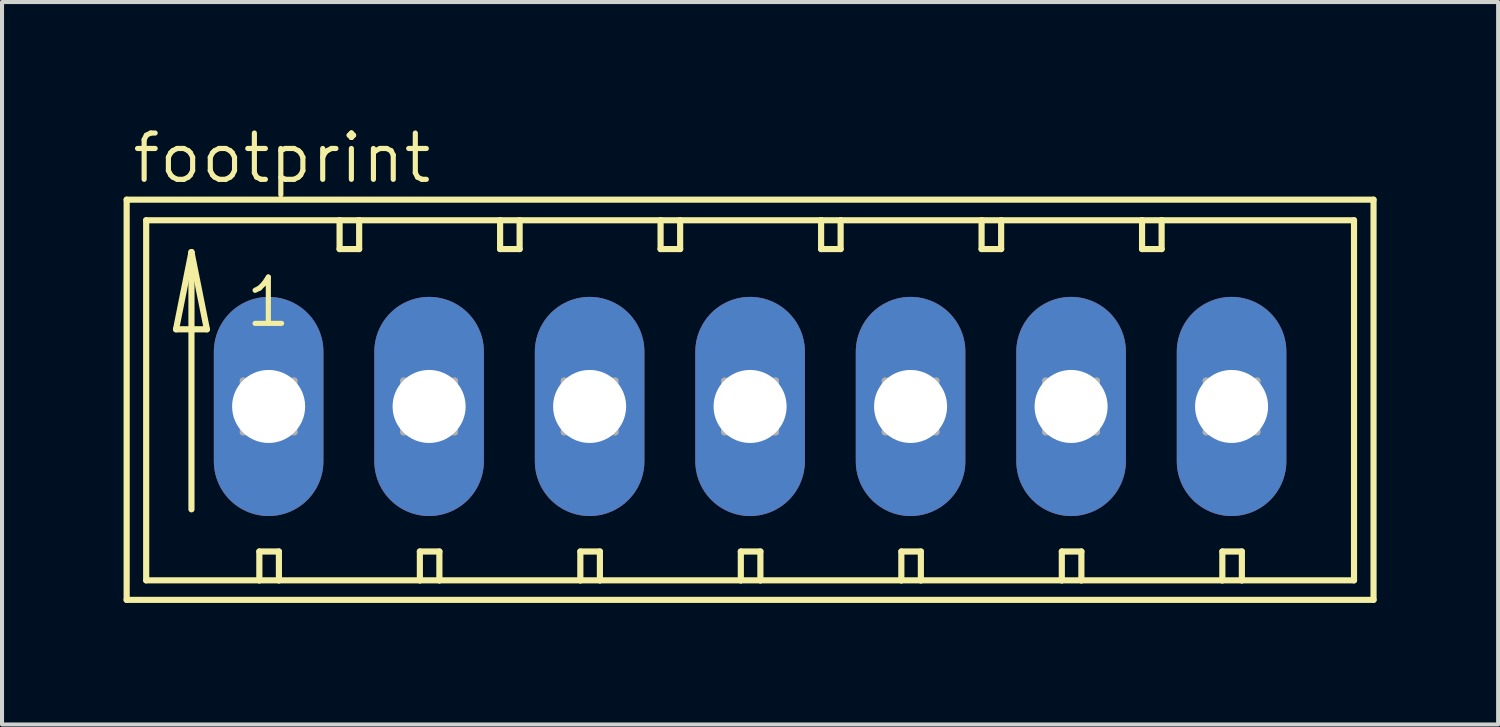
<source format=kicad_pcb>
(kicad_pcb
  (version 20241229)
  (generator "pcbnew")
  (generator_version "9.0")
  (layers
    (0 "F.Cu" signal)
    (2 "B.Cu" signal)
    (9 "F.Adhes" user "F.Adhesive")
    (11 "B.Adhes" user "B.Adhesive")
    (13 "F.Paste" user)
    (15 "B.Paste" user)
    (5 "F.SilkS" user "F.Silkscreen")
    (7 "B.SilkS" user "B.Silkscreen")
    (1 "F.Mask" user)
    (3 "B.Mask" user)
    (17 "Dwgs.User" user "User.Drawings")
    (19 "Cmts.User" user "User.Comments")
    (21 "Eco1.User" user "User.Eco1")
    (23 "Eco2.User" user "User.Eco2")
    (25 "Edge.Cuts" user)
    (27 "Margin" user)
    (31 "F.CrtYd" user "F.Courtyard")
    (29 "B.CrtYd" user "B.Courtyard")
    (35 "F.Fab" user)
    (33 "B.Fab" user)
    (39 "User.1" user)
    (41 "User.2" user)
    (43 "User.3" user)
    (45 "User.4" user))
  (footprint "footprint"
    (layer "F.Cu")
    (at 15.469 6.985)
    (property "Reference" "footprint" (at -15.316 -5.461 0) (layer "F.SilkS") (effects (font (size 1.143 1.143) (thickness 0.127)) (justify left bottom)))
    (fp_line (start -15.392 -5.105) (end -15.392 4.775) (stroke (width 0.152) (type solid)) (layer "F.SilkS"))
    (fp_line (start -15.392 4.775) (end 15.392 4.775) (stroke (width 0.152) (type solid)) (layer "F.SilkS"))
    (fp_line (start -14.91 -4.597) (end -14.91 4.293) (stroke (width 0.152) (type solid)) (layer "F.SilkS"))
    (fp_line (start -14.91 4.293) (end -12.116 4.293) (stroke (width 0.152) (type solid)) (layer "F.SilkS"))
    (fp_line (start -14.173 -1.905) (end -13.411 -1.905) (stroke (width 0.152) (type solid)) (layer "F.SilkS"))
    (fp_line (start -13.792 -3.81) (end -14.173 -1.905) (stroke (width 0.152) (type solid)) (layer "F.SilkS"))
    (fp_line (start -13.792 -3.81) (end -13.411 -1.905) (stroke (width 0.152) (type solid)) (layer "F.SilkS"))
    (fp_line (start -13.792 2.54) (end -13.792 -3.81) (stroke (width 0.152) (type solid)) (layer "F.SilkS"))
    (fp_line (start -12.116 3.581) (end -12.116 4.293) (stroke (width 0.152) (type solid)) (layer "F.SilkS"))
    (fp_line (start -12.116 3.581) (end -11.633 3.581) (stroke (width 0.152) (type solid)) (layer "F.SilkS"))
    (fp_line (start -12.116 4.293) (end -11.633 4.293) (stroke (width 0.152) (type solid)) (layer "F.SilkS"))
    (fp_line (start -11.633 3.581) (end -11.633 4.293) (stroke (width 0.152) (type solid)) (layer "F.SilkS"))
    (fp_line (start -11.633 4.293) (end -8.153 4.293) (stroke (width 0.152) (type solid)) (layer "F.SilkS"))
    (fp_line (start -10.135 -4.597) (end -14.91 -4.597) (stroke (width 0.152) (type solid)) (layer "F.SilkS"))
    (fp_line (start -10.135 -4.597) (end -10.135 -3.886) (stroke (width 0.152) (type solid)) (layer "F.SilkS"))
    (fp_line (start -10.135 -3.886) (end -9.652 -3.886) (stroke (width 0.152) (type solid)) (layer "F.SilkS"))
    (fp_line (start -9.652 -4.597) (end -10.135 -4.597) (stroke (width 0.152) (type solid)) (layer "F.SilkS"))
    (fp_line (start -9.652 -3.886) (end -9.652 -4.597) (stroke (width 0.152) (type solid)) (layer "F.SilkS"))
    (fp_line (start -8.153 3.581) (end -8.153 4.293) (stroke (width 0.152) (type solid)) (layer "F.SilkS"))
    (fp_line (start -8.153 3.581) (end -7.671 3.581) (stroke (width 0.152) (type solid)) (layer "F.SilkS"))
    (fp_line (start -8.153 4.293) (end -7.671 4.293) (stroke (width 0.152) (type solid)) (layer "F.SilkS"))
    (fp_line (start -7.671 3.581) (end -7.671 4.293) (stroke (width 0.152) (type solid)) (layer "F.SilkS"))
    (fp_line (start -7.671 4.293) (end -4.191 4.293) (stroke (width 0.152) (type solid)) (layer "F.SilkS"))
    (fp_line (start -6.172 -4.597) (end -9.652 -4.597) (stroke (width 0.152) (type solid)) (layer "F.SilkS"))
    (fp_line (start -6.172 -3.886) (end -6.172 -4.597) (stroke (width 0.152) (type solid)) (layer "F.SilkS"))
    (fp_line (start -6.172 -3.886) (end -5.69 -3.886) (stroke (width 0.152) (type solid)) (layer "F.SilkS"))
    (fp_line (start -5.69 -4.597) (end -6.172 -4.597) (stroke (width 0.152) (type solid)) (layer "F.SilkS"))
    (fp_line (start -5.69 -3.886) (end -5.69 -4.597) (stroke (width 0.152) (type solid)) (layer "F.SilkS"))
    (fp_line (start -4.191 3.581) (end -4.191 4.293) (stroke (width 0.152) (type solid)) (layer "F.SilkS"))
    (fp_line (start -4.191 3.581) (end -3.708 3.581) (stroke (width 0.152) (type solid)) (layer "F.SilkS"))
    (fp_line (start -4.191 4.293) (end -3.708 4.293) (stroke (width 0.152) (type solid)) (layer "F.SilkS"))
    (fp_line (start -3.708 3.581) (end -3.708 4.293) (stroke (width 0.152) (type solid)) (layer "F.SilkS"))
    (fp_line (start -3.708 4.293) (end -0.229 4.293) (stroke (width 0.152) (type solid)) (layer "F.SilkS"))
    (fp_line (start -2.21 -4.597) (end -5.69 -4.597) (stroke (width 0.152) (type solid)) (layer "F.SilkS"))
    (fp_line (start -2.21 -3.886) (end -2.21 -4.597) (stroke (width 0.152) (type solid)) (layer "F.SilkS"))
    (fp_line (start -2.21 -3.886) (end -1.727 -3.886) (stroke (width 0.152) (type solid)) (layer "F.SilkS"))
    (fp_line (start -1.727 -4.597) (end -2.21 -4.597) (stroke (width 0.152) (type solid)) (layer "F.SilkS"))
    (fp_line (start -1.727 -3.886) (end -1.727 -4.597) (stroke (width 0.152) (type solid)) (layer "F.SilkS"))
    (fp_line (start -0.229 3.581) (end -0.229 4.293) (stroke (width 0.152) (type solid)) (layer "F.SilkS"))
    (fp_line (start -0.229 3.581) (end 0.254 3.581) (stroke (width 0.152) (type solid)) (layer "F.SilkS"))
    (fp_line (start -0.229 4.293) (end 0.254 4.293) (stroke (width 0.152) (type solid)) (layer "F.SilkS"))
    (fp_line (start 0.254 3.581) (end 0.254 4.293) (stroke (width 0.152) (type solid)) (layer "F.SilkS"))
    (fp_line (start 0.254 4.293) (end 3.734 4.293) (stroke (width 0.152) (type solid)) (layer "F.SilkS"))
    (fp_line (start 1.753 -4.597) (end -1.727 -4.597) (stroke (width 0.152) (type solid)) (layer "F.SilkS"))
    (fp_line (start 1.753 -3.886) (end 1.753 -4.597) (stroke (width 0.152) (type solid)) (layer "F.SilkS"))
    (fp_line (start 1.753 -3.886) (end 2.235 -3.886) (stroke (width 0.152) (type solid)) (layer "F.SilkS"))
    (fp_line (start 2.235 -4.597) (end 1.753 -4.597) (stroke (width 0.152) (type solid)) (layer "F.SilkS"))
    (fp_line (start 2.235 -3.886) (end 2.235 -4.597) (stroke (width 0.152) (type solid)) (layer "F.SilkS"))
    (fp_line (start 3.734 3.581) (end 3.734 4.293) (stroke (width 0.152) (type solid)) (layer "F.SilkS"))
    (fp_line (start 3.734 3.581) (end 4.216 3.581) (stroke (width 0.152) (type solid)) (layer "F.SilkS"))
    (fp_line (start 3.734 4.293) (end 4.216 4.293) (stroke (width 0.152) (type solid)) (layer "F.SilkS"))
    (fp_line (start 4.216 3.581) (end 4.216 4.293) (stroke (width 0.152) (type solid)) (layer "F.SilkS"))
    (fp_line (start 4.216 4.293) (end 7.696 4.293) (stroke (width 0.152) (type solid)) (layer "F.SilkS"))
    (fp_line (start 5.715 -4.597) (end 2.235 -4.597) (stroke (width 0.152) (type solid)) (layer "F.SilkS"))
    (fp_line (start 5.715 -3.886) (end 5.715 -4.597) (stroke (width 0.152) (type solid)) (layer "F.SilkS"))
    (fp_line (start 5.715 -3.886) (end 6.198 -3.886) (stroke (width 0.152) (type solid)) (layer "F.SilkS"))
    (fp_line (start 6.198 -4.597) (end 5.715 -4.597) (stroke (width 0.152) (type solid)) (layer "F.SilkS"))
    (fp_line (start 6.198 -3.886) (end 6.198 -4.597) (stroke (width 0.152) (type solid)) (layer "F.SilkS"))
    (fp_line (start 7.696 3.581) (end 7.696 4.293) (stroke (width 0.152) (type solid)) (layer "F.SilkS"))
    (fp_line (start 7.696 3.581) (end 8.179 3.581) (stroke (width 0.152) (type solid)) (layer "F.SilkS"))
    (fp_line (start 7.696 4.293) (end 8.179 4.293) (stroke (width 0.152) (type solid)) (layer "F.SilkS"))
    (fp_line (start 8.179 3.581) (end 8.179 4.293) (stroke (width 0.152) (type solid)) (layer "F.SilkS"))
    (fp_line (start 8.179 4.293) (end 11.659 4.293) (stroke (width 0.152) (type solid)) (layer "F.SilkS"))
    (fp_line (start 9.677 -4.597) (end 6.198 -4.597) (stroke (width 0.152) (type solid)) (layer "F.SilkS"))
    (fp_line (start 9.677 -3.886) (end 9.677 -4.597) (stroke (width 0.152) (type solid)) (layer "F.SilkS"))
    (fp_line (start 9.677 -3.886) (end 10.16 -3.886) (stroke (width 0.152) (type solid)) (layer "F.SilkS"))
    (fp_line (start 10.16 -4.597) (end 9.677 -4.597) (stroke (width 0.152) (type solid)) (layer "F.SilkS"))
    (fp_line (start 10.16 -3.886) (end 10.16 -4.597) (stroke (width 0.152) (type solid)) (layer "F.SilkS"))
    (fp_line (start 11.659 3.581) (end 11.659 4.293) (stroke (width 0.152) (type solid)) (layer "F.SilkS"))
    (fp_line (start 11.659 3.581) (end 12.141 3.581) (stroke (width 0.152) (type solid)) (layer "F.SilkS"))
    (fp_line (start 11.659 4.293) (end 12.141 4.293) (stroke (width 0.152) (type solid)) (layer "F.SilkS"))
    (fp_line (start 12.141 3.581) (end 12.141 4.293) (stroke (width 0.152) (type solid)) (layer "F.SilkS"))
    (fp_line (start 12.141 4.293) (end 14.91 4.293) (stroke (width 0.152) (type solid)) (layer "F.SilkS"))
    (fp_line (start 14.91 -4.597) (end 10.16 -4.597) (stroke (width 0.152) (type solid)) (layer "F.SilkS"))
    (fp_line (start 14.91 4.293) (end 14.91 -4.597) (stroke (width 0.152) (type solid)) (layer "F.SilkS"))
    (fp_line (start 15.392 -5.105) (end -15.392 -5.105) (stroke (width 0.152) (type solid)) (layer "F.SilkS"))
    (fp_line (start 15.392 4.775) (end 15.392 -5.105) (stroke (width 0.152) (type solid)) (layer "F.SilkS"))
    (fp_line (start -12.522 -0.635) (end -12.522 0.635) (stroke (width 0.152) (type solid)) (layer "F.Fab"))
    (fp_line (start -12.522 -0.635) (end -11.252 0.635) (stroke (width 0.152) (type solid)) (layer "F.Fab"))
    (fp_line (start -12.522 0.635) (end -11.252 0.635) (stroke (width 0.152) (type solid)) (layer "F.Fab"))
    (fp_line (start -11.252 -0.635) (end -12.522 -0.635) (stroke (width 0.152) (type solid)) (layer "F.Fab"))
    (fp_line (start -11.252 -0.635) (end -12.522 0.635) (stroke (width 0.152) (type solid)) (layer "F.Fab"))
    (fp_line (start -11.252 0.635) (end -11.252 -0.635) (stroke (width 0.152) (type solid)) (layer "F.Fab"))
    (fp_line (start -8.56 -0.635) (end -8.56 0.635) (stroke (width 0.152) (type solid)) (layer "F.Fab"))
    (fp_line (start -8.56 -0.635) (end -7.29 0.635) (stroke (width 0.152) (type solid)) (layer "F.Fab"))
    (fp_line (start -8.56 0.635) (end -7.29 0.635) (stroke (width 0.152) (type solid)) (layer "F.Fab"))
    (fp_line (start -7.29 -0.635) (end -8.56 -0.635) (stroke (width 0.152) (type solid)) (layer "F.Fab"))
    (fp_line (start -7.29 -0.635) (end -8.56 0.635) (stroke (width 0.152) (type solid)) (layer "F.Fab"))
    (fp_line (start -7.29 0.635) (end -7.29 -0.635) (stroke (width 0.152) (type solid)) (layer "F.Fab"))
    (fp_line (start -4.597 -0.635) (end -4.597 0.635) (stroke (width 0.152) (type solid)) (layer "F.Fab"))
    (fp_line (start -4.597 -0.635) (end -3.327 0.635) (stroke (width 0.152) (type solid)) (layer "F.Fab"))
    (fp_line (start -4.597 0.635) (end -3.327 0.635) (stroke (width 0.152) (type solid)) (layer "F.Fab"))
    (fp_line (start -3.327 -0.635) (end -4.597 -0.635) (stroke (width 0.152) (type solid)) (layer "F.Fab"))
    (fp_line (start -3.327 -0.635) (end -4.597 0.635) (stroke (width 0.152) (type solid)) (layer "F.Fab"))
    (fp_line (start -3.327 0.635) (end -3.327 -0.635) (stroke (width 0.152) (type solid)) (layer "F.Fab"))
    (fp_line (start -0.635 -0.635) (end -0.635 0.635) (stroke (width 0.152) (type solid)) (layer "F.Fab"))
    (fp_line (start -0.635 -0.635) (end 0.635 0.635) (stroke (width 0.152) (type solid)) (layer "F.Fab"))
    (fp_line (start -0.635 0.635) (end 0.635 0.635) (stroke (width 0.152) (type solid)) (layer "F.Fab"))
    (fp_line (start 0.635 -0.635) (end -0.635 -0.635) (stroke (width 0.152) (type solid)) (layer "F.Fab"))
    (fp_line (start 0.635 -0.635) (end -0.635 0.635) (stroke (width 0.152) (type solid)) (layer "F.Fab"))
    (fp_line (start 0.635 0.635) (end 0.635 -0.635) (stroke (width 0.152) (type solid)) (layer "F.Fab"))
    (fp_line (start 3.327 -0.635) (end 3.327 0.635) (stroke (width 0.152) (type solid)) (layer "F.Fab"))
    (fp_line (start 3.327 -0.635) (end 4.597 0.635) (stroke (width 0.152) (type solid)) (layer "F.Fab"))
    (fp_line (start 3.327 0.635) (end 4.597 0.635) (stroke (width 0.152) (type solid)) (layer "F.Fab"))
    (fp_line (start 4.597 -0.635) (end 3.327 -0.635) (stroke (width 0.152) (type solid)) (layer "F.Fab"))
    (fp_line (start 4.597 -0.635) (end 3.327 0.635) (stroke (width 0.152) (type solid)) (layer "F.Fab"))
    (fp_line (start 4.597 0.635) (end 4.597 -0.635) (stroke (width 0.152) (type solid)) (layer "F.Fab"))
    (fp_line (start 7.29 -0.635) (end 7.29 0.635) (stroke (width 0.152) (type solid)) (layer "F.Fab"))
    (fp_line (start 7.29 -0.635) (end 8.56 0.635) (stroke (width 0.152) (type solid)) (layer "F.Fab"))
    (fp_line (start 7.29 0.635) (end 8.56 0.635) (stroke (width 0.152) (type solid)) (layer "F.Fab"))
    (fp_line (start 8.56 -0.635) (end 7.29 -0.635) (stroke (width 0.152) (type solid)) (layer "F.Fab"))
    (fp_line (start 8.56 -0.635) (end 7.29 0.635) (stroke (width 0.152) (type solid)) (layer "F.Fab"))
    (fp_line (start 8.56 0.635) (end 8.56 -0.635) (stroke (width 0.152) (type solid)) (layer "F.Fab"))
    (fp_line (start 11.252 -0.635) (end 11.252 0.635) (stroke (width 0.152) (type solid)) (layer "F.Fab"))
    (fp_line (start 11.252 -0.635) (end 12.522 0.635) (stroke (width 0.152) (type solid)) (layer "F.Fab"))
    (fp_line (start 11.252 0.635) (end 12.522 0.635) (stroke (width 0.152) (type solid)) (layer "F.Fab"))
    (fp_line (start 12.522 -0.635) (end 11.252 -0.635) (stroke (width 0.152) (type solid)) (layer "F.Fab"))
    (fp_line (start 12.522 -0.635) (end 11.252 0.635) (stroke (width 0.152) (type solid)) (layer "F.Fab"))
    (fp_line (start 12.522 0.635) (end 12.522 -0.635) (stroke (width 0.152) (type solid)) (layer "F.Fab"))
    (fp_text user "1" (at -12.522 -1.905 0) (layer "F.SilkS") (effects (font (size 1.143 1.143) (thickness 0.127)) (justify left bottom)))
    (pad "1" thru_hole oval (at -11.887 0 90) (size 5.41 2.705) (drill 1.803) (layers "*.Cu" "*.Mask"))
    (pad "2" thru_hole oval (at -7.925 0 90) (size 5.41 2.705) (drill 1.803) (layers "*.Cu" "*.Mask"))
    (pad "3" thru_hole oval (at -3.962 0 90) (size 5.41 2.705) (drill 1.803) (layers "*.Cu" "*.Mask"))
    (pad "4" thru_hole oval (at 0 0 90) (size 5.41 2.705) (drill 1.803) (layers "*.Cu" "*.Mask"))
    (pad "5" thru_hole oval (at 3.962 0 90) (size 5.41 2.705) (drill 1.803) (layers "*.Cu" "*.Mask"))
    (pad "6" thru_hole oval (at 7.925 0 90) (size 5.41 2.705) (drill 1.803) (layers "*.Cu" "*.Mask"))
    (pad "7" thru_hole oval (at 11.887 0 90) (size 5.41 2.705) (drill 1.803) (layers "*.Cu" "*.Mask")))
  (gr_rect
    (start -3 -3)
    (end 33.937 14.836)
    (stroke (width 0.1) (type default))
    (fill no)
    (layer "Edge.Cuts")))
</source>
